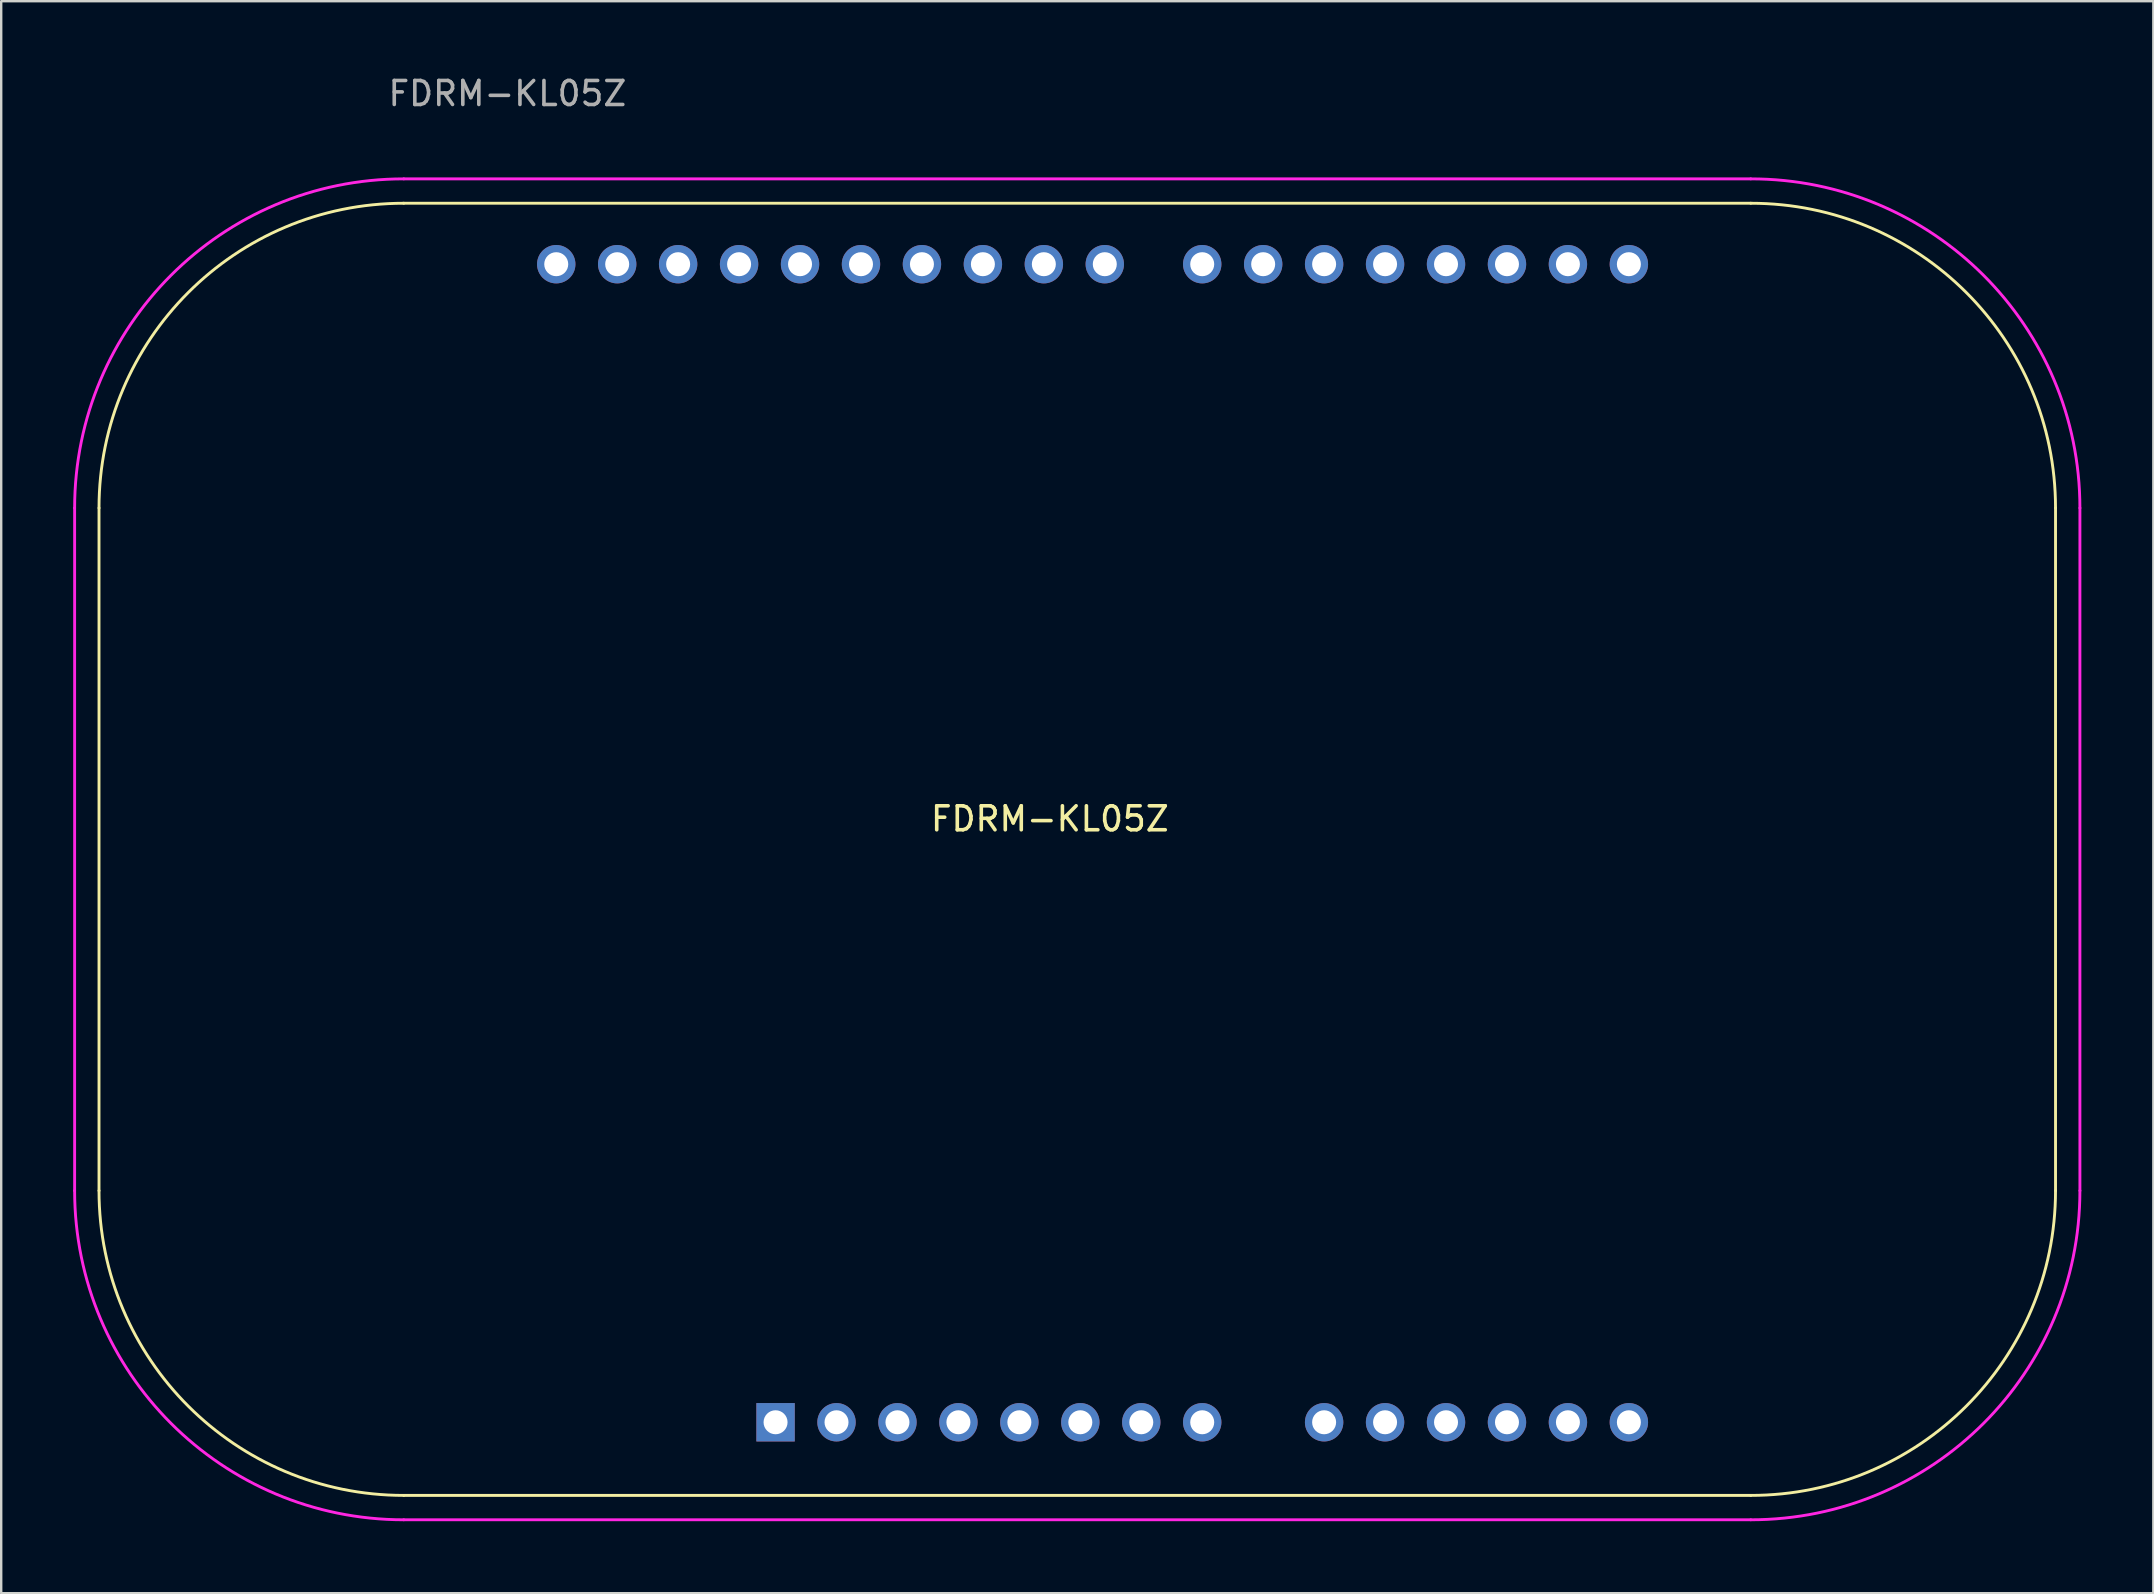
<source format=kicad_pcb>
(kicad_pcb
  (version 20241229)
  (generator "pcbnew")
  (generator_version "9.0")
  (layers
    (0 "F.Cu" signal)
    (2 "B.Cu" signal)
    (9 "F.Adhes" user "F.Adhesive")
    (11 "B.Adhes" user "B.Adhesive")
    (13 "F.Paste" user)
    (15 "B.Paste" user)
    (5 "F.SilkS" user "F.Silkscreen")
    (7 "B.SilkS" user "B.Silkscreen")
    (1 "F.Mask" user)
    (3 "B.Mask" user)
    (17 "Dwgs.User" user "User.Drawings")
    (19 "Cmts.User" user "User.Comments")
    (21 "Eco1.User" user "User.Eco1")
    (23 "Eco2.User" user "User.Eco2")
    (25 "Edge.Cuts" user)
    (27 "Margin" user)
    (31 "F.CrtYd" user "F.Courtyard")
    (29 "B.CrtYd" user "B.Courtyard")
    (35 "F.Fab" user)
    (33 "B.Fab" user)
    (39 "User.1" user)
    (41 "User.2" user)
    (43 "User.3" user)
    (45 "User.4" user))
  (footprint "FDRM-KL05Z"
    (layer "F.Cu")
    (at 29.27 56.22)
    (property "Reference" "FDRM-KL05Z" (at 11.43 -25.146 180) (layer "F.SilkS") (effects (font (size 1 1) (thickness 0.15))))
    (attr through_hole)
    (fp_line (start -28.194 -9.652) (end -28.194 -38.1) (stroke (width 0.12) (type solid)) (layer "F.SilkS"))
    (fp_line (start -15.494 -50.8) (end 40.64 -50.8) (stroke (width 0.12) (type solid)) (layer "F.SilkS"))
    (fp_line (start -15.494 3.048) (end 40.64 3.048) (stroke (width 0.12) (type solid)) (layer "F.SilkS"))
    (fp_line (start 53.34 -9.652) (end 53.34 -38.1) (stroke (width 0.12) (type solid)) (layer "F.SilkS"))
    (fp_arc (start -28.194 -38.1) (mid -24.474256 -47.080256) (end -15.494 -50.8) (stroke (width 0.12) (type solid)) (layer "F.SilkS"))
    (fp_arc (start -15.494 3.048) (mid -24.474256 -0.671744) (end -28.194 -9.652) (stroke (width 0.12) (type solid)) (layer "F.SilkS"))
    (fp_arc (start 40.64 -50.8) (mid 49.620256 -47.080256) (end 53.34 -38.1) (stroke (width 0.12) (type solid)) (layer "F.SilkS"))
    (fp_arc (start 53.34 -9.652) (mid 49.620256 -0.671744) (end 40.64 3.048) (stroke (width 0.12) (type solid)) (layer "F.SilkS"))
    (fp_line (start -29.21 -38.1) (end -29.21 -9.652) (stroke (width 0.12) (type solid)) (layer "F.CrtYd"))
    (fp_line (start -15.494 -51.816) (end 40.64 -51.816) (stroke (width 0.12) (type solid)) (layer "F.CrtYd"))
    (fp_line (start 40.64 4.064) (end -15.494 4.064) (stroke (width 0.12) (type solid)) (layer "F.CrtYd"))
    (fp_line (start 54.356 -38.1) (end 54.356 -9.652) (stroke (width 0.12) (type solid)) (layer "F.CrtYd"))
    (fp_arc (start -29.21 -38.1) (mid -25.192677 -47.798677) (end -15.494 -51.816) (stroke (width 0.12) (type solid)) (layer "F.CrtYd"))
    (fp_arc (start -15.494 4.064) (mid -25.192677 0.046677) (end -29.21 -9.652) (stroke (width 0.12) (type solid)) (layer "F.CrtYd"))
    (fp_arc (start 40.64 -51.816) (mid 50.338677 -47.798677) (end 54.356 -38.1) (stroke (width 0.12) (type solid)) (layer "F.CrtYd"))
    (fp_arc (start 54.356 -9.652) (mid 50.338677 0.046677) (end 40.64 4.064) (stroke (width 0.12) (type solid)) (layer "F.CrtYd"))
    (fp_text user "${REFERENCE}" (at -11.176 -55.372 180) (layer "F.Fab") (effects (font (size 1 1) (thickness 0.15))))
    (pad "1" thru_hole rect (at 0 0 90) (size 1.6 1.6) (drill 1) (layers "*.Cu" "*.Mask"))
    (pad "2" thru_hole oval (at 2.54 0 90) (size 1.6 1.6) (drill 1) (layers "*.Cu" "*.Mask"))
    (pad "3" thru_hole oval (at 5.08 0 90) (size 1.6 1.6) (drill 1) (layers "*.Cu" "*.Mask"))
    (pad "4" thru_hole oval (at 7.62 0 90) (size 1.6 1.6) (drill 1) (layers "*.Cu" "*.Mask"))
    (pad "5" thru_hole oval (at 10.16 0 90) (size 1.6 1.6) (drill 1) (layers "*.Cu" "*.Mask"))
    (pad "6" thru_hole oval (at 12.7 0 90) (size 1.6 1.6) (drill 1) (layers "*.Cu" "*.Mask"))
    (pad "7" thru_hole oval (at 15.24 0 90) (size 1.6 1.6) (drill 1) (layers "*.Cu" "*.Mask"))
    (pad "8" thru_hole oval (at 17.78 0 90) (size 1.6 1.6) (drill 1) (layers "*.Cu" "*.Mask"))
    (pad "9" thru_hole oval (at 22.86 0 90) (size 1.6 1.6) (drill 1) (layers "*.Cu" "*.Mask"))
    (pad "10" thru_hole oval (at 25.4 0 90) (size 1.6 1.6) (drill 1) (layers "*.Cu" "*.Mask"))
    (pad "11" thru_hole oval (at 27.94 0 90) (size 1.6 1.6) (drill 1) (layers "*.Cu" "*.Mask"))
    (pad "12" thru_hole oval (at 30.48 0 90) (size 1.6 1.6) (drill 1) (layers "*.Cu" "*.Mask"))
    (pad "13" thru_hole oval (at 33.02 0 90) (size 1.6 1.6) (drill 1) (layers "*.Cu" "*.Mask"))
    (pad "14" thru_hole oval (at 35.56 0 90) (size 1.6 1.6) (drill 1) (layers "*.Cu" "*.Mask"))
    (pad "15" thru_hole oval (at 35.56 -48.26 90) (size 1.6 1.6) (drill 1) (layers "*.Cu" "*.Mask"))
    (pad "16" thru_hole oval (at 33.02 -48.26 90) (size 1.6 1.6) (drill 1) (layers "*.Cu" "*.Mask"))
    (pad "17" thru_hole oval (at 30.48 -48.26 90) (size 1.6 1.6) (drill 1) (layers "*.Cu" "*.Mask"))
    (pad "18" thru_hole oval (at 27.94 -48.26 90) (size 1.6 1.6) (drill 1) (layers "*.Cu" "*.Mask"))
    (pad "19" thru_hole oval (at 25.4 -48.26 90) (size 1.6 1.6) (drill 1) (layers "*.Cu" "*.Mask"))
    (pad "20" thru_hole oval (at 22.86 -48.26 90) (size 1.6 1.6) (drill 1) (layers "*.Cu" "*.Mask"))
    (pad "21" thru_hole oval (at 20.32 -48.26 90) (size 1.6 1.6) (drill 1) (layers "*.Cu" "*.Mask"))
    (pad "22" thru_hole oval (at 17.78 -48.26 90) (size 1.6 1.6) (drill 1) (layers "*.Cu" "*.Mask"))
    (pad "23" thru_hole oval (at 13.72 -48.26 90) (size 1.6 1.6) (drill 1) (layers "*.Cu" "*.Mask"))
    (pad "24" thru_hole oval (at 11.18 -48.26 90) (size 1.6 1.6) (drill 1) (layers "*.Cu" "*.Mask"))
    (pad "25" thru_hole oval (at 8.64 -48.26 90) (size 1.6 1.6) (drill 1) (layers "*.Cu" "*.Mask"))
    (pad "26" thru_hole oval (at 6.1 -48.26 90) (size 1.6 1.6) (drill 1) (layers "*.Cu" "*.Mask"))
    (pad "27" thru_hole oval (at 3.56 -48.26 90) (size 1.6 1.6) (drill 1) (layers "*.Cu" "*.Mask"))
    (pad "28" thru_hole oval (at 1.02 -48.26 90) (size 1.6 1.6) (drill 1) (layers "*.Cu" "*.Mask"))
    (pad "29" thru_hole oval (at -1.52 -48.26 90) (size 1.6 1.6) (drill 1) (layers "*.Cu" "*.Mask"))
    (pad "30" thru_hole oval (at -4.06 -48.26 90) (size 1.6 1.6) (drill 1) (layers "*.Cu" "*.Mask"))
    (pad "31" thru_hole oval (at -6.6 -48.26 90) (size 1.6 1.6) (drill 1) (layers "*.Cu" "*.Mask"))
    (pad "32" thru_hole oval (at -9.14 -48.26 90) (size 1.6 1.6) (drill 1) (layers "*.Cu" "*.Mask")))
  (gr_rect
    (start -3 -3)
    (end 86.686 63.344)
    (stroke (width 0.1) (type default))
    (fill no)
    (layer "Edge.Cuts")))
</source>
